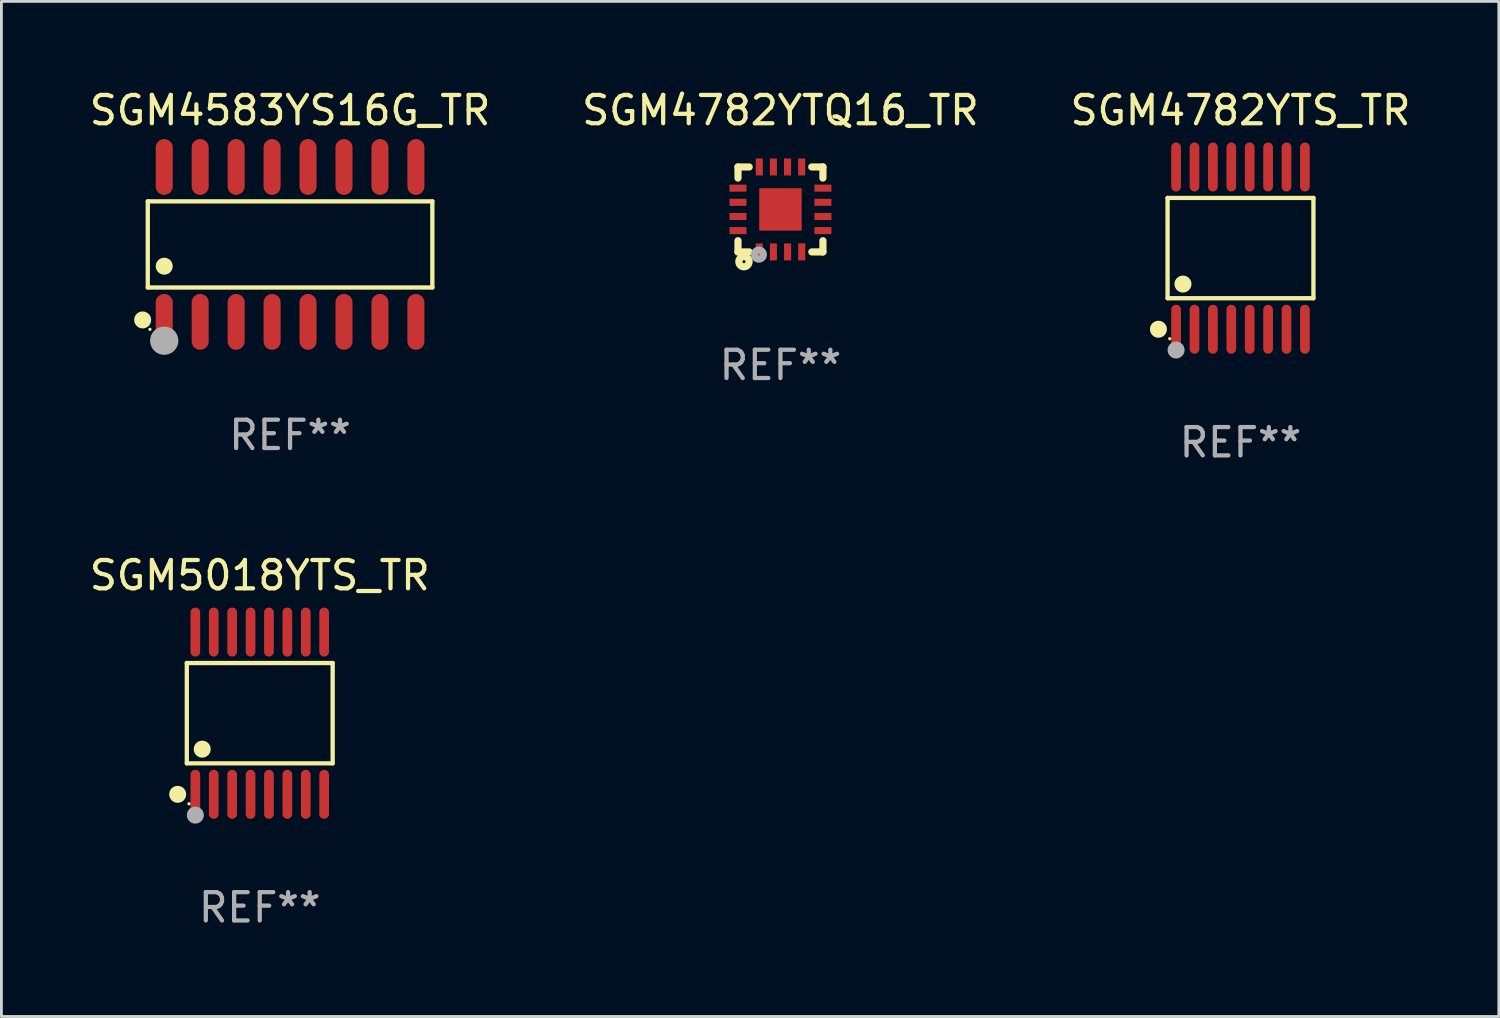
<source format=kicad_pcb>
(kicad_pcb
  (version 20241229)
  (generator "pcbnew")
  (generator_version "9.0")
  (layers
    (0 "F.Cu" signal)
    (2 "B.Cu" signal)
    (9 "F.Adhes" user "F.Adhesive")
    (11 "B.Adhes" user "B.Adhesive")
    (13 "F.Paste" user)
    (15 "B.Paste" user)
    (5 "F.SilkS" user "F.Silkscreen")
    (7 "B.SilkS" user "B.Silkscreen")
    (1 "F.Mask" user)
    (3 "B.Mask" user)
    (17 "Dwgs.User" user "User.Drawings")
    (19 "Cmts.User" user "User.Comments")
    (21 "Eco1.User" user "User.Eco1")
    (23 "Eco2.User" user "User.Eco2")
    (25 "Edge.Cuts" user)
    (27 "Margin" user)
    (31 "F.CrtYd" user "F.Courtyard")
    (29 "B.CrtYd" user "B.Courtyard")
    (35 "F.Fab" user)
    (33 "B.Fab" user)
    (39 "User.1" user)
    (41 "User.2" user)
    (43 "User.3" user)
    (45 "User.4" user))
  (footprint "SGM4782YTQ16_TR"
    (layer "F.Cu")
    (at 24.518 4.348)
    (property "Reference" "SGM4782YTQ16_TR" (at 0 -3.5 0) (layer "F.SilkS") (effects (font (size 1 1) (thickness 0.15))))
    (attr through_hole)
    (fp_line (start -1.5 -1.5) (end -1.5 -1.108) (stroke (width 0.254) (type solid)) (layer "F.SilkS"))
    (fp_line (start -1.5 -1.5) (end -1.105 -1.5) (stroke (width 0.254) (type solid)) (layer "F.SilkS"))
    (fp_line (start -1.5 1.104) (end -1.5 1.5) (stroke (width 0.254) (type solid)) (layer "F.SilkS"))
    (fp_line (start -1.5 1.5) (end -1.105 1.5) (stroke (width 0.254) (type solid)) (layer "F.SilkS"))
    (fp_line (start 1.106 -1.5) (end 1.5 -1.5) (stroke (width 0.254) (type solid)) (layer "F.SilkS"))
    (fp_line (start 1.108 1.5) (end 1.5 1.5) (stroke (width 0.254) (type solid)) (layer "F.SilkS"))
    (fp_line (start 1.5 -1.108) (end 1.5 -1.5) (stroke (width 0.254) (type solid)) (layer "F.SilkS"))
    (fp_line (start 1.5 1.5) (end 1.5 1.104) (stroke (width 0.254) (type solid)) (layer "F.SilkS"))
    (fp_circle (center -1.5 1.5) (end -1.47 1.5) (stroke (width 0.06) (type solid)) (fill no) (layer "F.SilkS"))
    (fp_circle (center -1.289 1.845) (end -1.235 1.845) (stroke (width 0.254) (type solid)) (fill no) (layer "F.SilkS"))
    (fp_circle (center -0.762 1.596) (end -0.731 1.596) (stroke (width 0.254) (type solid)) (fill no) (layer "F.Fab"))
    (fp_text user "REF**" (at 0 5.5 0) (layer "F.Fab") (effects (font (size 1 1) (thickness 0.15))))
    (pad "1" smd rect (at -0.748 1.5 180) (size 0.25 0.6) (layers "F.Cu" "F.Mask" "F.Paste"))
    (pad "2" smd rect (at -0.249 1.5 180) (size 0.25 0.6) (layers "F.Cu" "F.Mask" "F.Paste"))
    (pad "3" smd rect (at 0.252 1.5 180) (size 0.25 0.6) (layers "F.Cu" "F.Mask" "F.Paste"))
    (pad "4" smd rect (at 0.751 1.5 180) (size 0.25 0.6) (layers "F.Cu" "F.Mask" "F.Paste"))
    (pad "5" smd rect (at 1.5 0.748 270) (size 0.25 0.6) (layers "F.Cu" "F.Mask" "F.Paste"))
    (pad "6" smd rect (at 1.5 0.248 270) (size 0.25 0.6) (layers "F.Cu" "F.Mask" "F.Paste"))
    (pad "7" smd rect (at 1.5 -0.252 270) (size 0.25 0.6) (layers "F.Cu" "F.Mask" "F.Paste"))
    (pad "8" smd rect (at 1.5 -0.752 270) (size 0.25 0.6) (layers "F.Cu" "F.Mask" "F.Paste"))
    (pad "9" smd rect (at 0.75 -1.5) (size 0.25 0.6) (layers "F.Cu" "F.Mask" "F.Paste"))
    (pad "10" smd rect (at 0.25 -1.5) (size 0.25 0.6) (layers "F.Cu" "F.Mask" "F.Paste"))
    (pad "11" smd rect (at -0.25 -1.5) (size 0.25 0.6) (layers "F.Cu" "F.Mask" "F.Paste"))
    (pad "12" smd rect (at -0.748 -1.5) (size 0.25 0.6) (layers "F.Cu" "F.Mask" "F.Paste"))
    (pad "13" smd rect (at -1.5 -0.752 90) (size 0.25 0.6) (layers "F.Cu" "F.Mask" "F.Paste"))
    (pad "14" smd rect (at -1.5 -0.252 90) (size 0.25 0.6) (layers "F.Cu" "F.Mask" "F.Paste"))
    (pad "15" smd rect (at -1.5 0.248 90) (size 0.25 0.6) (layers "F.Cu" "F.Mask" "F.Paste"))
    (pad "16" smd rect (at -1.5 0.748 90) (size 0.25 0.6) (layers "F.Cu" "F.Mask" "F.Paste"))
    (pad "17" smd rect (at -0.000064 0.000076 90) (size 1.5 1.5) (layers "F.Cu" "F.Mask" "F.Paste")))
  (footprint "SGM4782YTS_TR"
    (layer "F.Cu")
    (at 40.768 5.714)
    (property "Reference" "SGM4782YTS_TR" (at 0 -4.866 0) (layer "F.SilkS") (effects (font (size 1 1) (thickness 0.15))))
    (attr through_hole)
    (fp_line (start -2.576 -1.772) (end 2.576 -1.772) (stroke (width 0.152) (type solid)) (layer "F.SilkS"))
    (fp_line (start -2.576 1.771) (end -2.576 -1.772) (stroke (width 0.152) (type solid)) (layer "F.SilkS"))
    (fp_line (start 2.576 -1.772) (end 2.576 1.771) (stroke (width 0.152) (type solid)) (layer "F.SilkS"))
    (fp_line (start 2.576 1.771) (end -2.576 1.771) (stroke (width 0.152) (type solid)) (layer "F.SilkS"))
    (fp_circle (center -2.899 2.866) (end -2.749 2.866) (stroke (width 0.3) (type solid)) (fill no) (layer "F.SilkS"))
    (fp_circle (center -2.5 3.2) (end -2.47 3.2) (stroke (width 0.06) (type solid)) (fill no) (layer "F.SilkS"))
    (fp_circle (center -2.032 1.27) (end -1.882 1.27) (stroke (width 0.3) (type solid)) (fill no) (layer "F.SilkS"))
    (fp_circle (center -2.275 3.6) (end -2.125 3.6) (stroke (width 0.3) (type solid)) (fill no) (layer "F.Fab"))
    (fp_text user "REF**" (at 0 6.866 0) (layer "F.Fab") (effects (font (size 1 1) (thickness 0.15))))
    (pad "1" smd oval (at -2.275 2.866) (size 0.343 1.731) (layers "F.Cu" "F.Mask" "F.Paste"))
    (pad "2" smd oval (at -1.625 2.866) (size 0.343 1.731) (layers "F.Cu" "F.Mask" "F.Paste"))
    (pad "3" smd oval (at -0.975 2.866) (size 0.343 1.731) (layers "F.Cu" "F.Mask" "F.Paste"))
    (pad "4" smd oval (at -0.325 2.866) (size 0.343 1.731) (layers "F.Cu" "F.Mask" "F.Paste"))
    (pad "5" smd oval (at 0.325 2.866) (size 0.343 1.731) (layers "F.Cu" "F.Mask" "F.Paste"))
    (pad "6" smd oval (at 0.975 2.866) (size 0.343 1.731) (layers "F.Cu" "F.Mask" "F.Paste"))
    (pad "7" smd oval (at 1.625 2.866) (size 0.343 1.731) (layers "F.Cu" "F.Mask" "F.Paste"))
    (pad "8" smd oval (at 2.275 2.866) (size 0.343 1.731) (layers "F.Cu" "F.Mask" "F.Paste"))
    (pad "9" smd oval (at 2.275 -2.866) (size 0.343 1.731) (layers "F.Cu" "F.Mask" "F.Paste"))
    (pad "10" smd oval (at 1.625 -2.866) (size 0.343 1.731) (layers "F.Cu" "F.Mask" "F.Paste"))
    (pad "11" smd oval (at 0.975 -2.866) (size 0.343 1.731) (layers "F.Cu" "F.Mask" "F.Paste"))
    (pad "12" smd oval (at 0.325 -2.866) (size 0.343 1.731) (layers "F.Cu" "F.Mask" "F.Paste"))
    (pad "13" smd oval (at -0.325 -2.866) (size 0.343 1.731) (layers "F.Cu" "F.Mask" "F.Paste"))
    (pad "14" smd oval (at -0.975 -2.866) (size 0.343 1.731) (layers "F.Cu" "F.Mask" "F.Paste"))
    (pad "15" smd oval (at -1.625 -2.866) (size 0.343 1.731) (layers "F.Cu" "F.Mask" "F.Paste"))
    (pad "16" smd oval (at -2.275 -2.866) (size 0.343 1.731) (layers "F.Cu" "F.Mask" "F.Paste")))
  (footprint "SGM4583YS16G_TR"
    (layer "F.Cu")
    (at 7.196 5.584)
    (property "Reference" "SGM4583YS16G_TR" (at 0 -4.736 0) (layer "F.SilkS") (effects (font (size 1 1) (thickness 0.15))))
    (attr through_hole)
    (fp_line (start -5.026 -1.521) (end 5.026 -1.521) (stroke (width 0.152) (type solid)) (layer "F.SilkS"))
    (fp_line (start -5.026 1.521) (end -5.026 -1.521) (stroke (width 0.152) (type solid)) (layer "F.SilkS"))
    (fp_line (start 5.026 -1.521) (end 5.026 1.521) (stroke (width 0.152) (type solid)) (layer "F.SilkS"))
    (fp_line (start 5.026 1.521) (end -5.026 1.521) (stroke (width 0.152) (type solid)) (layer "F.SilkS"))
    (fp_circle (center -5.207 2.667) (end -5.057 2.667) (stroke (width 0.3) (type solid)) (fill no) (layer "F.SilkS"))
    (fp_circle (center -4.95 3) (end -4.92 3) (stroke (width 0.06) (type solid)) (fill no) (layer "F.SilkS"))
    (fp_circle (center -4.445 0.769) (end -4.295 0.769) (stroke (width 0.3) (type solid)) (fill no) (layer "F.SilkS"))
    (fp_circle (center -4.445 3.4) (end -4.195 3.4) (stroke (width 0.5) (type solid)) (fill no) (layer "F.Fab"))
    (fp_text user "REF**" (at 0 6.736 0) (layer "F.Fab") (effects (font (size 1 1) (thickness 0.15))))
    (pad "1" smd oval (at -4.445 2.736) (size 0.602 1.971) (layers "F.Cu" "F.Mask" "F.Paste"))
    (pad "2" smd oval (at -3.175 2.736) (size 0.602 1.971) (layers "F.Cu" "F.Mask" "F.Paste"))
    (pad "3" smd oval (at -1.905 2.736) (size 0.602 1.971) (layers "F.Cu" "F.Mask" "F.Paste"))
    (pad "4" smd oval (at -0.635 2.736) (size 0.602 1.971) (layers "F.Cu" "F.Mask" "F.Paste"))
    (pad "5" smd oval (at 0.635 2.736) (size 0.602 1.971) (layers "F.Cu" "F.Mask" "F.Paste"))
    (pad "6" smd oval (at 1.905 2.736) (size 0.602 1.971) (layers "F.Cu" "F.Mask" "F.Paste"))
    (pad "7" smd oval (at 3.175 2.736) (size 0.602 1.971) (layers "F.Cu" "F.Mask" "F.Paste"))
    (pad "8" smd oval (at 4.445 2.736) (size 0.602 1.971) (layers "F.Cu" "F.Mask" "F.Paste"))
    (pad "9" smd oval (at 4.445 -2.736) (size 0.602 1.971) (layers "F.Cu" "F.Mask" "F.Paste"))
    (pad "10" smd oval (at 3.175 -2.736) (size 0.602 1.971) (layers "F.Cu" "F.Mask" "F.Paste"))
    (pad "11" smd oval (at 1.905 -2.736) (size 0.602 1.971) (layers "F.Cu" "F.Mask" "F.Paste"))
    (pad "12" smd oval (at 0.635 -2.736) (size 0.602 1.971) (layers "F.Cu" "F.Mask" "F.Paste"))
    (pad "13" smd oval (at -0.635 -2.736) (size 0.602 1.971) (layers "F.Cu" "F.Mask" "F.Paste"))
    (pad "14" smd oval (at -1.905 -2.736) (size 0.602 1.971) (layers "F.Cu" "F.Mask" "F.Paste"))
    (pad "15" smd oval (at -3.175 -2.736) (size 0.602 1.971) (layers "F.Cu" "F.Mask" "F.Paste"))
    (pad "16" smd oval (at -4.445 -2.736) (size 0.602 1.971) (layers "F.Cu" "F.Mask" "F.Paste")))
  (footprint "SGM5018YTS_TR"
    (layer "F.Cu")
    (at 6.125 22.142)
    (property "Reference" "SGM5018YTS_TR" (at 0 -4.866 0) (layer "F.SilkS") (effects (font (size 1 1) (thickness 0.15))))
    (attr through_hole)
    (fp_line (start -2.576 -1.772) (end 2.576 -1.772) (stroke (width 0.152) (type solid)) (layer "F.SilkS"))
    (fp_line (start -2.576 1.771) (end -2.576 -1.772) (stroke (width 0.152) (type solid)) (layer "F.SilkS"))
    (fp_line (start 2.576 -1.772) (end 2.576 1.771) (stroke (width 0.152) (type solid)) (layer "F.SilkS"))
    (fp_line (start 2.576 1.771) (end -2.576 1.771) (stroke (width 0.152) (type solid)) (layer "F.SilkS"))
    (fp_circle (center -2.899 2.866) (end -2.749 2.866) (stroke (width 0.3) (type solid)) (fill no) (layer "F.SilkS"))
    (fp_circle (center -2.5 3.2) (end -2.47 3.2) (stroke (width 0.06) (type solid)) (fill no) (layer "F.SilkS"))
    (fp_circle (center -2.032 1.27) (end -1.882 1.27) (stroke (width 0.3) (type solid)) (fill no) (layer "F.SilkS"))
    (fp_circle (center -2.275 3.6) (end -2.125 3.6) (stroke (width 0.3) (type solid)) (fill no) (layer "F.Fab"))
    (fp_text user "REF**" (at 0 6.866 0) (layer "F.Fab") (effects (font (size 1 1) (thickness 0.15))))
    (pad "1" smd oval (at -2.275 2.866) (size 0.343 1.731) (layers "F.Cu" "F.Mask" "F.Paste"))
    (pad "2" smd oval (at -1.625 2.866) (size 0.343 1.731) (layers "F.Cu" "F.Mask" "F.Paste"))
    (pad "3" smd oval (at -0.975 2.866) (size 0.343 1.731) (layers "F.Cu" "F.Mask" "F.Paste"))
    (pad "4" smd oval (at -0.325 2.866) (size 0.343 1.731) (layers "F.Cu" "F.Mask" "F.Paste"))
    (pad "5" smd oval (at 0.325 2.866) (size 0.343 1.731) (layers "F.Cu" "F.Mask" "F.Paste"))
    (pad "6" smd oval (at 0.975 2.866) (size 0.343 1.731) (layers "F.Cu" "F.Mask" "F.Paste"))
    (pad "7" smd oval (at 1.625 2.866) (size 0.343 1.731) (layers "F.Cu" "F.Mask" "F.Paste"))
    (pad "8" smd oval (at 2.275 2.866) (size 0.343 1.731) (layers "F.Cu" "F.Mask" "F.Paste"))
    (pad "9" smd oval (at 2.275 -2.866) (size 0.343 1.731) (layers "F.Cu" "F.Mask" "F.Paste"))
    (pad "10" smd oval (at 1.625 -2.866) (size 0.343 1.731) (layers "F.Cu" "F.Mask" "F.Paste"))
    (pad "11" smd oval (at 0.975 -2.866) (size 0.343 1.731) (layers "F.Cu" "F.Mask" "F.Paste"))
    (pad "12" smd oval (at 0.325 -2.866) (size 0.343 1.731) (layers "F.Cu" "F.Mask" "F.Paste"))
    (pad "13" smd oval (at -0.325 -2.866) (size 0.343 1.731) (layers "F.Cu" "F.Mask" "F.Paste"))
    (pad "14" smd oval (at -0.975 -2.866) (size 0.343 1.731) (layers "F.Cu" "F.Mask" "F.Paste"))
    (pad "15" smd oval (at -1.625 -2.866) (size 0.343 1.731) (layers "F.Cu" "F.Mask" "F.Paste"))
    (pad "16" smd oval (at -2.275 -2.866) (size 0.343 1.731) (layers "F.Cu" "F.Mask" "F.Paste")))
  (gr_rect
    (start -3 -3)
    (end 49.893 32.856)
    (stroke (width 0.1) (type default))
    (fill no)
    (layer "Edge.Cuts")))
</source>
